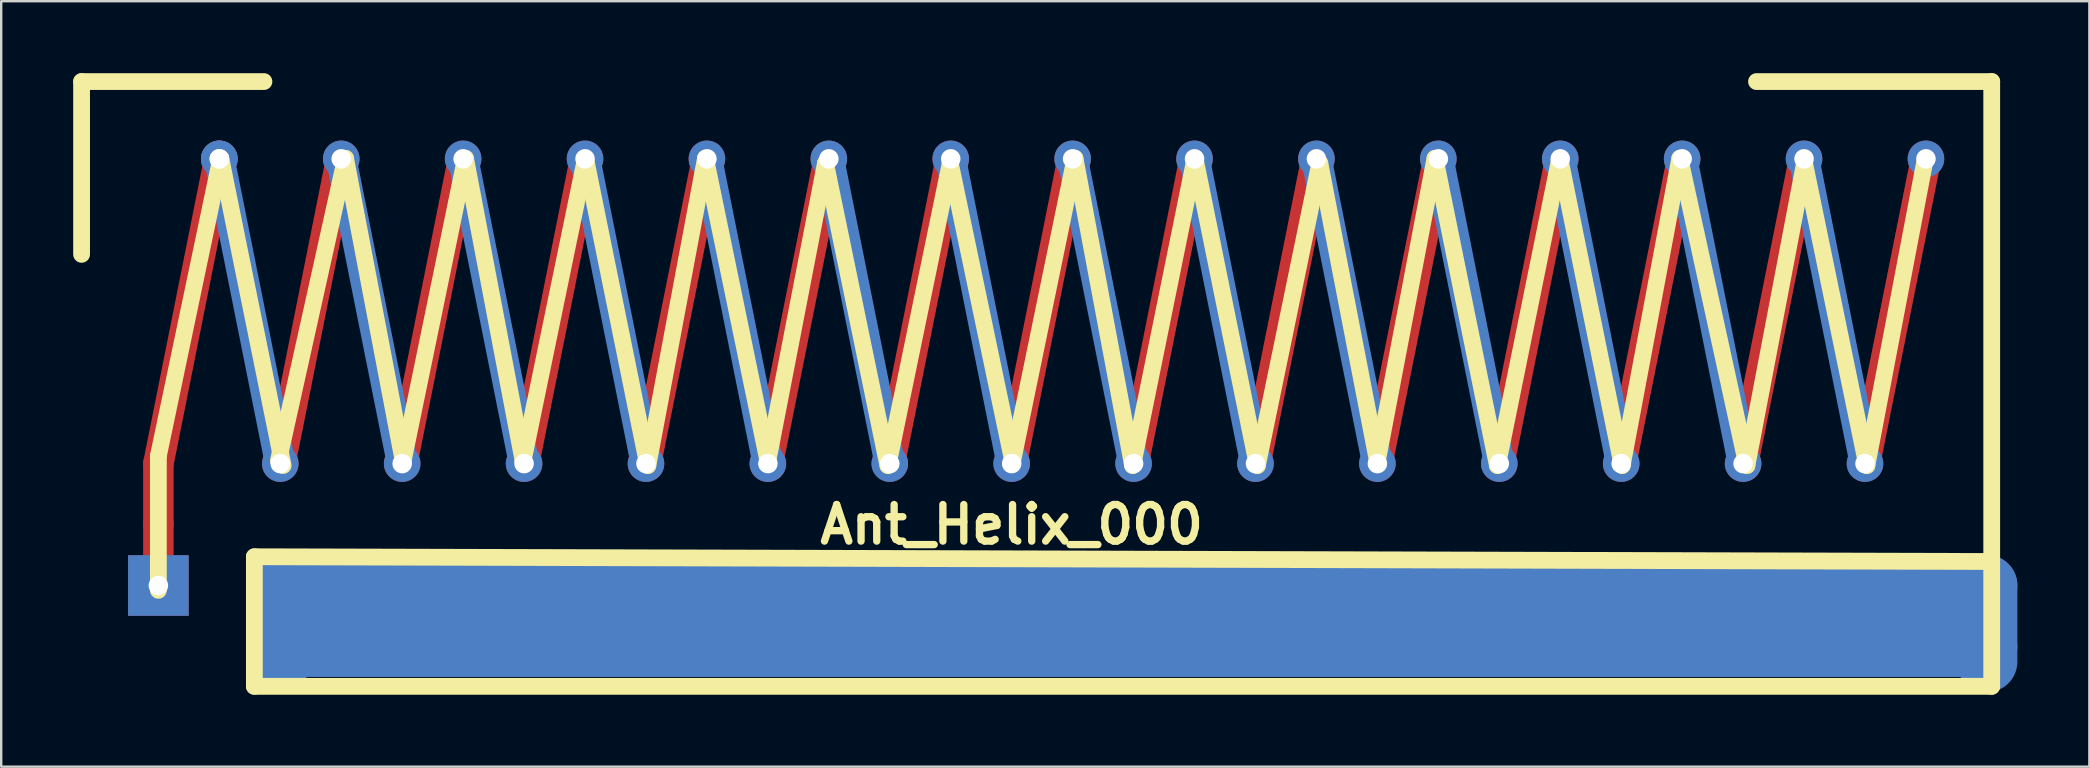
<source format=kicad_pcb>
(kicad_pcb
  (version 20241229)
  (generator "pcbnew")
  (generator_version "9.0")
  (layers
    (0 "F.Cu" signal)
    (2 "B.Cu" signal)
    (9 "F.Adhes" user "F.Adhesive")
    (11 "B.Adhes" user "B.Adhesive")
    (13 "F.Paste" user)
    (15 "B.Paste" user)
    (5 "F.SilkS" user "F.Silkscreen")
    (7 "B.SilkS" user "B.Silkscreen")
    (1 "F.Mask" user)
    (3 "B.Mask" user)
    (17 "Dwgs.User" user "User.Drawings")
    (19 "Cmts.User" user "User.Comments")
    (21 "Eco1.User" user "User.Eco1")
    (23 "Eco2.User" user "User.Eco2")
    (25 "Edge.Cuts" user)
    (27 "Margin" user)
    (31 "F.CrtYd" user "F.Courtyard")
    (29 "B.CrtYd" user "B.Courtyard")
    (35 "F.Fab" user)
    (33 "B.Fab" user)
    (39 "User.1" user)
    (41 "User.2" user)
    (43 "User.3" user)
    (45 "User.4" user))
  (footprint "Ant_Helix_000"
    (layer "F.Cu")
    (at 3.55 21.35)
    (property "Reference" "Ant_Helix_000" (at 35.56 -2.54 0) (layer "F.SilkS") (effects (font (size 1.524 1.524) (thickness 0.305))))
    (attr through_hole)
    (fp_line (start 0 -5.08) (end 0 -2.54) (stroke (width 1.27) (type solid)) (layer "F.Cu"))
    (fp_line (start 0 -5.08) (end 2.54 -17.78) (stroke (width 1.27) (type solid)) (layer "F.Cu"))
    (fp_line (start 0 0) (end 0 -2.54) (stroke (width 1.27) (type solid)) (layer "F.Cu"))
    (fp_line (start 5.08 -5.08) (end 7.62 -17.78) (stroke (width 1.27) (type solid)) (layer "F.Cu"))
    (fp_line (start 10.16 -5.08) (end 12.7 -17.78) (stroke (width 1.27) (type solid)) (layer "F.Cu"))
    (fp_line (start 15.24 -5.08) (end 17.78 -17.78) (stroke (width 1.27) (type solid)) (layer "F.Cu"))
    (fp_line (start 20.32 -5.08) (end 22.86 -17.78) (stroke (width 1.27) (type solid)) (layer "F.Cu"))
    (fp_line (start 25.4 -5.08) (end 27.94 -17.78) (stroke (width 1.27) (type solid)) (layer "F.Cu"))
    (fp_line (start 30.48 -5.08) (end 33.02 -17.78) (stroke (width 1.27) (type solid)) (layer "F.Cu"))
    (fp_line (start 35.56 -5.08) (end 38.1 -17.78) (stroke (width 1.27) (type solid)) (layer "F.Cu"))
    (fp_line (start 40.64 -5.08) (end 43.18 -17.78) (stroke (width 1.27) (type solid)) (layer "F.Cu"))
    (fp_line (start 45.72 -5.08) (end 48.26 -17.78) (stroke (width 1.27) (type solid)) (layer "F.Cu"))
    (fp_line (start 50.8 -5.08) (end 53.34 -17.78) (stroke (width 1.27) (type solid)) (layer "F.Cu"))
    (fp_line (start 55.88 -5.08) (end 58.42 -17.78) (stroke (width 1.27) (type solid)) (layer "F.Cu"))
    (fp_line (start 60.96 -5.08) (end 63.5 -17.78) (stroke (width 1.27) (type solid)) (layer "F.Cu"))
    (fp_line (start 66.04 -5.08) (end 68.58 -17.78) (stroke (width 1.27) (type solid)) (layer "F.Cu"))
    (fp_line (start 71.12 -5.08) (end 73.66 -17.78) (stroke (width 1.27) (type solid)) (layer "F.Cu"))
    (fp_line (start 2.54 -17.78) (end 5.08 -5.08) (stroke (width 1.27) (type solid)) (layer "B.Cu"))
    (fp_line (start 5.08 0) (end 5.08 3.175) (stroke (width 2.54) (type solid)) (layer "B.Cu"))
    (fp_line (start 7.62 -17.78) (end 10.16 -5.08) (stroke (width 1.27) (type solid)) (layer "B.Cu"))
    (fp_line (start 12.7 -17.78) (end 15.24 -5.08) (stroke (width 1.27) (type solid)) (layer "B.Cu"))
    (fp_line (start 20.32 -5.08) (end 17.78 -17.78) (stroke (width 1.27) (type solid)) (layer "B.Cu"))
    (fp_line (start 22.86 -17.78) (end 25.4 -5.08) (stroke (width 1.27) (type solid)) (layer "B.Cu"))
    (fp_line (start 27.94 -17.78) (end 30.48 -5.08) (stroke (width 1.27) (type solid)) (layer "B.Cu"))
    (fp_line (start 33.02 -17.78) (end 35.56 -5.08) (stroke (width 1.27) (type solid)) (layer "B.Cu"))
    (fp_line (start 40.64 -5.08) (end 38.1 -17.78) (stroke (width 1.27) (type solid)) (layer "B.Cu"))
    (fp_line (start 43.18 -17.78) (end 45.72 -5.08) (stroke (width 1.27) (type solid)) (layer "B.Cu"))
    (fp_line (start 48.26 -17.78) (end 50.8 -5.08) (stroke (width 1.27) (type solid)) (layer "B.Cu"))
    (fp_line (start 53.34 -17.78) (end 55.88 -5.08) (stroke (width 1.27) (type solid)) (layer "B.Cu"))
    (fp_line (start 58.42 -17.78) (end 60.96 -5.08) (stroke (width 1.27) (type solid)) (layer "B.Cu"))
    (fp_line (start 66.04 -5.08) (end 63.5 -17.78) (stroke (width 1.27) (type solid)) (layer "B.Cu"))
    (fp_line (start 68.58 -17.78) (end 71.12 -5.08) (stroke (width 1.27) (type solid)) (layer "B.Cu"))
    (fp_line (start 76.2 0) (end 5.08 0) (stroke (width 2.54) (type solid)) (layer "B.Cu"))
    (fp_line (start 76.2 0) (end 76.2 3.175) (stroke (width 2.54) (type solid)) (layer "B.Cu"))
    (fp_line (start 76.2 2.54) (end 5.08 2.54) (stroke (width 2.54) (type solid)) (layer "B.Cu"))
    (fp_line (start -3.2 -21.001) (end 4.399 -21.001) (stroke (width 0.699) (type solid)) (layer "F.SilkS"))
    (fp_line (start -3.2 -13.8) (end -3.2 -21.001) (stroke (width 0.699) (type solid)) (layer "F.SilkS"))
    (fp_line (start 0 -5.4) (end 2.601 -17.8) (stroke (width 0.699) (type solid)) (layer "F.SilkS"))
    (fp_line (start 0 0.201) (end 0 -5.4) (stroke (width 0.699) (type solid)) (layer "F.SilkS"))
    (fp_line (start 2.601 -17.8) (end 5.199 -5.001) (stroke (width 0.699) (type solid)) (layer "F.SilkS"))
    (fp_line (start 4 -1.199) (end 76.2 -1.001) (stroke (width 0.699) (type solid)) (layer "F.SilkS"))
    (fp_line (start 4 4.201) (end 4 -1.199) (stroke (width 0.699) (type solid)) (layer "F.SilkS"))
    (fp_line (start 5.001 -5.199) (end 7.8 -17.8) (stroke (width 0.699) (type solid)) (layer "F.SilkS"))
    (fp_line (start 7.8 -17.8) (end 10.201 -5.199) (stroke (width 0.699) (type solid)) (layer "F.SilkS"))
    (fp_line (start 10.201 -5.199) (end 12.799 -17.8) (stroke (width 0.699) (type solid)) (layer "F.SilkS"))
    (fp_line (start 12.799 -17.8) (end 15.199 -5.199) (stroke (width 0.699) (type solid)) (layer "F.SilkS"))
    (fp_line (start 15.199 -5.199) (end 17.8 -17.8) (stroke (width 0.699) (type solid)) (layer "F.SilkS"))
    (fp_line (start 17.8 -17.8) (end 20.399 -5.001) (stroke (width 0.699) (type solid)) (layer "F.SilkS"))
    (fp_line (start 20.399 -5.001) (end 22.799 -17.8) (stroke (width 0.699) (type solid)) (layer "F.SilkS"))
    (fp_line (start 22.799 -17.8) (end 25.4 -5.199) (stroke (width 0.699) (type solid)) (layer "F.SilkS"))
    (fp_line (start 25.4 -5.199) (end 27.8 -17.6) (stroke (width 0.699) (type solid)) (layer "F.SilkS"))
    (fp_line (start 27.8 -17.6) (end 30.401 -5.001) (stroke (width 0.699) (type solid)) (layer "F.SilkS"))
    (fp_line (start 30.401 -5.001) (end 33 -17.6) (stroke (width 0.699) (type solid)) (layer "F.SilkS"))
    (fp_line (start 33 -17.6) (end 35.601 -5.199) (stroke (width 0.699) (type solid)) (layer "F.SilkS"))
    (fp_line (start 35.601 -5.199) (end 38.199 -17.8) (stroke (width 0.699) (type solid)) (layer "F.SilkS"))
    (fp_line (start 38.199 -17.8) (end 40.599 -5.001) (stroke (width 0.699) (type solid)) (layer "F.SilkS"))
    (fp_line (start 40.599 -5.001) (end 43.2 -17.8) (stroke (width 0.699) (type solid)) (layer "F.SilkS"))
    (fp_line (start 43.2 -17.8) (end 45.799 -5.001) (stroke (width 0.699) (type solid)) (layer "F.SilkS"))
    (fp_line (start 45.799 -5.001) (end 48.4 -17.6) (stroke (width 0.699) (type solid)) (layer "F.SilkS"))
    (fp_line (start 48.4 -17.6) (end 50.8 -5.199) (stroke (width 0.699) (type solid)) (layer "F.SilkS"))
    (fp_line (start 50.8 -5.199) (end 53.2 -17.8) (stroke (width 0.699) (type solid)) (layer "F.SilkS"))
    (fp_line (start 53.2 -17.8) (end 55.801 -5.001) (stroke (width 0.699) (type solid)) (layer "F.SilkS"))
    (fp_line (start 55.801 -5.001) (end 58.4 -17.8) (stroke (width 0.699) (type solid)) (layer "F.SilkS"))
    (fp_line (start 58.4 -17.8) (end 61.001 -5.001) (stroke (width 0.699) (type solid)) (layer "F.SilkS"))
    (fp_line (start 61.001 -5.001) (end 63.401 -17.8) (stroke (width 0.699) (type solid)) (layer "F.SilkS"))
    (fp_line (start 63.401 -17.8) (end 66.2 -5.001) (stroke (width 0.699) (type solid)) (layer "F.SilkS"))
    (fp_line (start 66.2 -5.001) (end 68.6 -17.6) (stroke (width 0.699) (type solid)) (layer "F.SilkS"))
    (fp_line (start 66.599 -21.001) (end 76.401 -21.001) (stroke (width 0.699) (type solid)) (layer "F.SilkS"))
    (fp_line (start 68.6 -17.6) (end 71.199 -5.001) (stroke (width 0.699) (type solid)) (layer "F.SilkS"))
    (fp_line (start 71.199 -5.001) (end 73.599 -17.6) (stroke (width 0.699) (type solid)) (layer "F.SilkS"))
    (fp_line (start 76.401 -21.001) (end 76.401 4.201) (stroke (width 0.699) (type solid)) (layer "F.SilkS"))
    (fp_line (start 76.401 4.201) (end 4 4.201) (stroke (width 0.699) (type solid)) (layer "F.SilkS"))
    (pad "" thru_hole circle (at 2.54 -17.78) (size 1.524 1.524) (drill 0.813) (layers "*.Cu"))
    (pad "" thru_hole circle (at 2.54 -17.78) (size 1.524 1.524) (drill 0.813) (layers "*.Cu"))
    (pad "" thru_hole circle (at 5.08 -5.08) (size 1.524 1.524) (drill 0.813) (layers "*.Cu"))
    (pad "" thru_hole circle (at 7.62 -17.78) (size 1.524 1.524) (drill 0.813) (layers "*.Cu"))
    (pad "" thru_hole circle (at 10.16 -5.08) (size 1.524 1.524) (drill 0.813) (layers "*.Cu"))
    (pad "" thru_hole circle (at 12.7 -17.78) (size 1.524 1.524) (drill 0.813) (layers "*.Cu"))
    (pad "" thru_hole circle (at 15.24 -5.08) (size 1.524 1.524) (drill 0.813) (layers "*.Cu"))
    (pad "" thru_hole circle (at 17.78 -17.78) (size 1.524 1.524) (drill 0.813) (layers "*.Cu"))
    (pad "" thru_hole circle (at 20.32 -5.08) (size 1.524 1.524) (drill 0.813) (layers "*.Cu"))
    (pad "" thru_hole circle (at 22.86 -17.78) (size 1.524 1.524) (drill 0.813) (layers "*.Cu"))
    (pad "" thru_hole circle (at 25.4 -5.08) (size 1.524 1.524) (drill 0.813) (layers "*.Cu"))
    (pad "" thru_hole circle (at 27.94 -17.78) (size 1.524 1.524) (drill 0.813) (layers "*.Cu"))
    (pad "" thru_hole circle (at 30.48 -5.08) (size 1.524 1.524) (drill 0.813) (layers "*.Cu"))
    (pad "" thru_hole circle (at 33.02 -17.78) (size 1.524 1.524) (drill 0.813) (layers "*.Cu"))
    (pad "" thru_hole circle (at 35.56 -5.08) (size 1.524 1.524) (drill 0.813) (layers "*.Cu"))
    (pad "" thru_hole circle (at 38.1 -17.78) (size 1.524 1.524) (drill 0.813) (layers "*.Cu"))
    (pad "" thru_hole circle (at 40.64 -5.08) (size 1.524 1.524) (drill 0.813) (layers "*.Cu"))
    (pad "" thru_hole circle (at 43.18 -17.78) (size 1.524 1.524) (drill 0.813) (layers "*.Cu"))
    (pad "" thru_hole circle (at 45.72 -5.08) (size 1.524 1.524) (drill 0.813) (layers "*.Cu"))
    (pad "" thru_hole circle (at 48.26 -17.78) (size 1.524 1.524) (drill 0.813) (layers "*.Cu"))
    (pad "" thru_hole circle (at 50.8 -5.08) (size 1.524 1.524) (drill 0.813) (layers "*.Cu"))
    (pad "" thru_hole circle (at 53.34 -17.78) (size 1.524 1.524) (drill 0.813) (layers "*.Cu"))
    (pad "" thru_hole circle (at 55.88 -5.08) (size 1.524 1.524) (drill 0.813) (layers "*.Cu"))
    (pad "" thru_hole circle (at 58.42 -17.78) (size 1.524 1.524) (drill 0.813) (layers "*.Cu"))
    (pad "" thru_hole circle (at 60.96 -5.08) (size 1.524 1.524) (drill 0.813) (layers "*.Cu"))
    (pad "" thru_hole circle (at 63.5 -17.78) (size 1.524 1.524) (drill 0.813) (layers "*.Cu"))
    (pad "" thru_hole circle (at 66.04 -5.08) (size 1.524 1.524) (drill 0.813) (layers "*.Cu"))
    (pad "" thru_hole circle (at 68.58 -17.78) (size 1.524 1.524) (drill 0.813) (layers "*.Cu"))
    (pad "" thru_hole circle (at 71.12 -5.08) (size 1.524 1.524) (drill 0.813) (layers "*.Cu"))
    (pad "" thru_hole circle (at 73.66 -17.78) (size 1.524 1.524) (drill 0.813) (layers "*.Cu"))
    (pad "1" thru_hole rect (at 0 0) (size 2.525 2.525) (drill 0.813) (layers "*.Cu")))
  (gr_rect
    (start -3 -3)
    (end 84.02 28.9)
    (stroke (width 0.1) (type default))
    (fill no)
    (layer "Edge.Cuts")))
</source>
